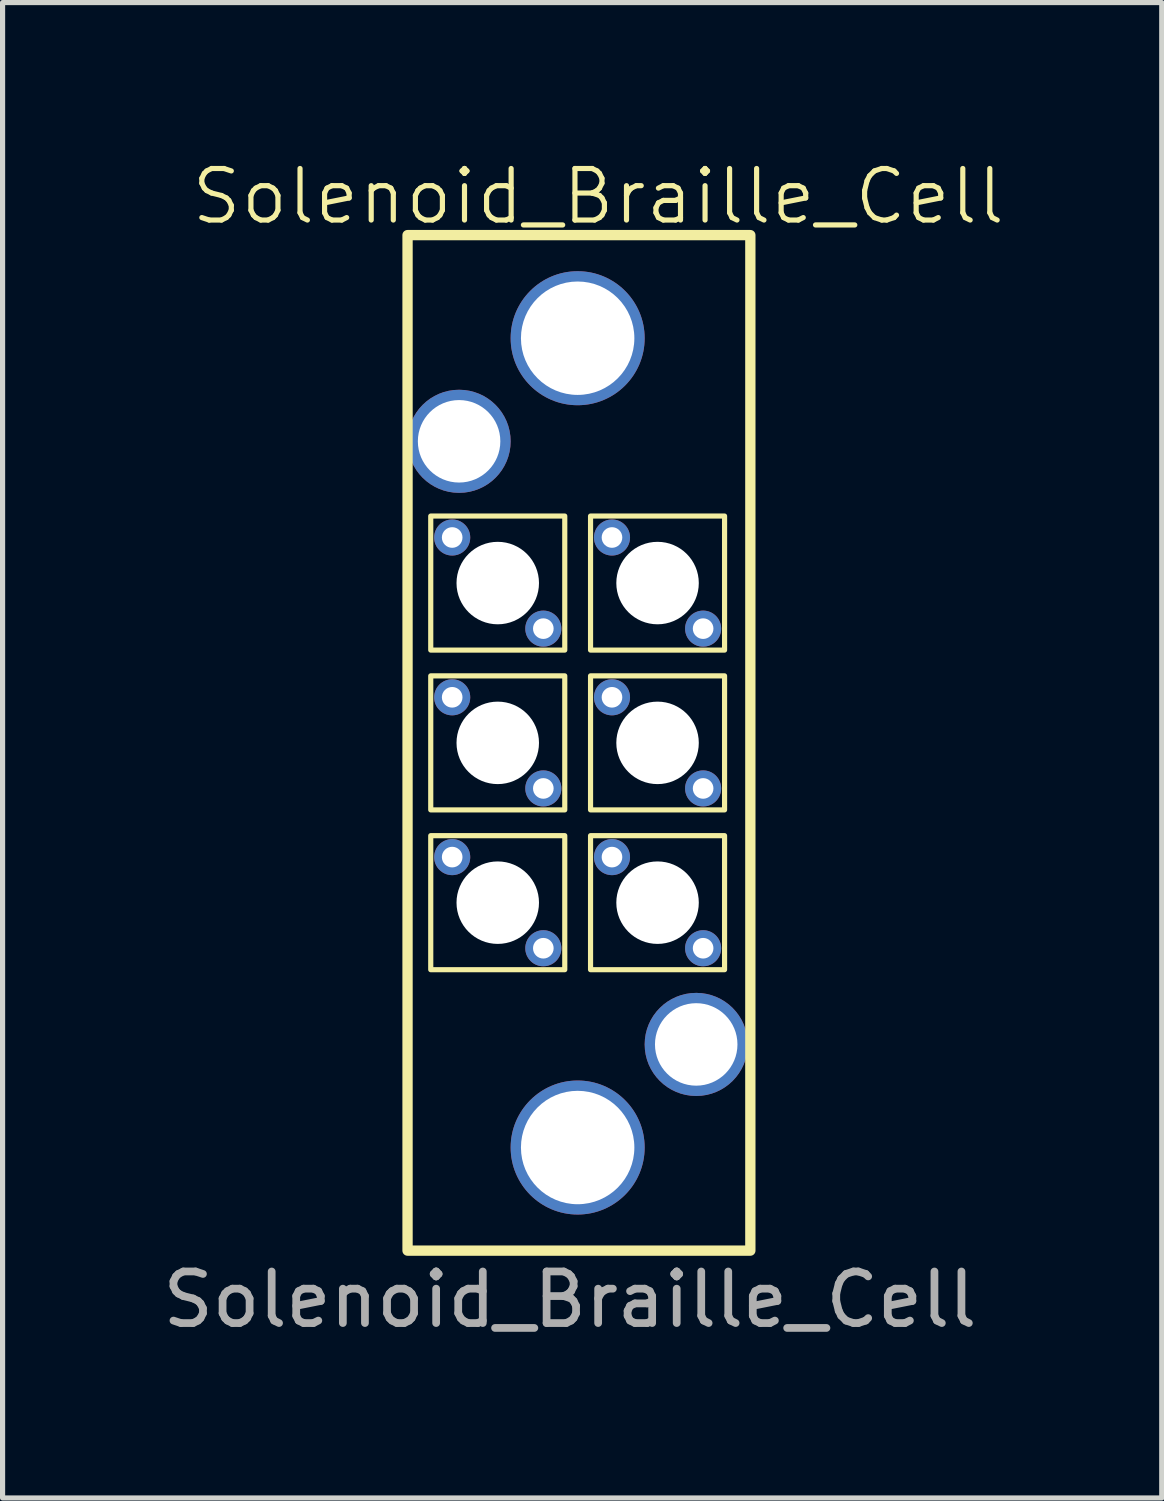
<source format=kicad_pcb>
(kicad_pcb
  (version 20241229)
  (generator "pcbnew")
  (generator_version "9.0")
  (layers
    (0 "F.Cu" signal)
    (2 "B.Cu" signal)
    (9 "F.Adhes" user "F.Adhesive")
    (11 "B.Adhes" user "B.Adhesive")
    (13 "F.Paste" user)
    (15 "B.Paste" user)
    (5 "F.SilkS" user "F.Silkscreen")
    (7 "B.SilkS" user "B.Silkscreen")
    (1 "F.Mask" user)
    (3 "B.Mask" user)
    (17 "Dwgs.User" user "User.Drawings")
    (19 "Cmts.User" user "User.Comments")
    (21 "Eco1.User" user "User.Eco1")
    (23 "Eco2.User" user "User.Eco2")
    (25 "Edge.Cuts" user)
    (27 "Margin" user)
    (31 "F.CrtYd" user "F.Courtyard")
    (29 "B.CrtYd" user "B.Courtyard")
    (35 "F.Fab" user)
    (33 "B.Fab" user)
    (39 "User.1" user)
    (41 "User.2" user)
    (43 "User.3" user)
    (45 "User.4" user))
  (footprint "Solenoid_Braille_Cell"
    (layer "F.Cu")
    (at 8.156 11.361)
    (property "Reference" "Solenoid_Braille_Cell" (at 0.4 -10.6 0) (unlocked yes) (layer "F.SilkS") (effects (font (size 1 1) (thickness 0.1))))
    (attr through_hole)
    (fp_rect (start -3.3 -9.85) (end 3.35 9.85) (stroke (width 0.2) (type default)) (fill no) (layer "F.SilkS"))
    (fp_rect (start -2.85 -4.4) (end -0.25 -1.8) (stroke (width 0.1) (type default)) (fill no) (layer "F.SilkS"))
    (fp_rect (start -2.85 -1.3) (end -0.25 1.3) (stroke (width 0.1) (type default)) (fill no) (layer "F.SilkS"))
    (fp_rect (start -2.85 1.8) (end -0.25 4.4) (stroke (width 0.1) (type default)) (fill no) (layer "F.SilkS"))
    (fp_rect (start 0.25 -4.4) (end 2.85 -1.8) (stroke (width 0.1) (type default)) (fill no) (layer "F.SilkS"))
    (fp_rect (start 0.25 -1.3) (end 2.85 1.3) (stroke (width 0.1) (type default)) (fill no) (layer "F.SilkS"))
    (fp_rect (start 0.25 1.8) (end 2.85 4.4) (stroke (width 0.1) (type default)) (fill no) (layer "F.SilkS"))
    (fp_line (start -3.3 -9.35) (end -3.3 9.35) (stroke (width 0.05) (type default)) (layer "User.1"))
    (fp_line (start -3.3 9.35) (end -3.287 9.461) (stroke (width 0.05) (type default)) (layer "User.1"))
    (fp_line (start -3.287 -9.461) (end -3.3 -9.35) (stroke (width 0.05) (type default)) (layer "User.1"))
    (fp_line (start -3.287 9.461) (end -3.25 9.567) (stroke (width 0.05) (type default)) (layer "User.1"))
    (fp_line (start -3.25 -9.567) (end -3.287 -9.461) (stroke (width 0.05) (type default)) (layer "User.1"))
    (fp_line (start -3.25 9.567) (end -3.191 9.662) (stroke (width 0.05) (type default)) (layer "User.1"))
    (fp_line (start -3.191 -9.662) (end -3.25 -9.567) (stroke (width 0.05) (type default)) (layer "User.1"))
    (fp_line (start -3.191 9.662) (end -3.112 9.741) (stroke (width 0.05) (type default)) (layer "User.1"))
    (fp_line (start -3.112 -9.741) (end -3.191 -9.662) (stroke (width 0.05) (type default)) (layer "User.1"))
    (fp_line (start -3.112 9.741) (end -3.017 9.8) (stroke (width 0.05) (type default)) (layer "User.1"))
    (fp_line (start -3.05 -5.85) (end -3.036 -5.996) (stroke (width 0.05) (type default)) (layer "User.1"))
    (fp_line (start -3.036 -5.996) (end -2.993 -6.137) (stroke (width 0.05) (type default)) (layer "User.1"))
    (fp_line (start -3.036 -5.704) (end -3.05 -5.85) (stroke (width 0.05) (type default)) (layer "User.1"))
    (fp_line (start -3.017 -9.8) (end -3.112 -9.741) (stroke (width 0.05) (type default)) (layer "User.1"))
    (fp_line (start -3.017 9.8) (end -2.911 9.837) (stroke (width 0.05) (type default)) (layer "User.1"))
    (fp_line (start -2.993 -6.137) (end -2.924 -6.267) (stroke (width 0.05) (type default)) (layer "User.1"))
    (fp_line (start -2.993 -5.563) (end -3.036 -5.704) (stroke (width 0.05) (type default)) (layer "User.1"))
    (fp_line (start -2.924 -6.267) (end -2.83 -6.38) (stroke (width 0.05) (type default)) (layer "User.1"))
    (fp_line (start -2.924 -5.433) (end -2.993 -5.563) (stroke (width 0.05) (type default)) (layer "User.1"))
    (fp_line (start -2.911 -9.837) (end -3.017 -9.8) (stroke (width 0.05) (type default)) (layer "User.1"))
    (fp_line (start -2.911 9.837) (end -2.8 9.85) (stroke (width 0.05) (type default)) (layer "User.1"))
    (fp_line (start -2.85 -4.4) (end -0.25 -4.4) (stroke (width 0.05) (type default)) (layer "User.1"))
    (fp_line (start -2.85 -1.8) (end -2.85 -4.4) (stroke (width 0.05) (type default)) (layer "User.1"))
    (fp_line (start -2.85 -1.3) (end -0.25 -1.3) (stroke (width 0.05) (type default)) (layer "User.1"))
    (fp_line (start -2.85 1.3) (end -2.85 -1.3) (stroke (width 0.05) (type default)) (layer "User.1"))
    (fp_line (start -2.85 1.8) (end -0.25 1.8) (stroke (width 0.05) (type default)) (layer "User.1"))
    (fp_line (start -2.85 4.4) (end -2.85 1.8) (stroke (width 0.05) (type default)) (layer "User.1"))
    (fp_line (start -2.83 -6.38) (end -2.717 -6.474) (stroke (width 0.05) (type default)) (layer "User.1"))
    (fp_line (start -2.83 -5.32) (end -2.924 -5.433) (stroke (width 0.05) (type default)) (layer "User.1"))
    (fp_line (start -2.8 -9.85) (end -2.911 -9.837) (stroke (width 0.05) (type default)) (layer "User.1"))
    (fp_line (start -2.8 9.85) (end 2.8 9.85) (stroke (width 0.05) (type default)) (layer "User.1"))
    (fp_line (start -2.717 -6.474) (end -2.587 -6.543) (stroke (width 0.05) (type default)) (layer "User.1"))
    (fp_line (start -2.717 -5.226) (end -2.83 -5.32) (stroke (width 0.05) (type default)) (layer "User.1"))
    (fp_line (start -2.7 -9.25) (end -0.665 -9.25) (stroke (width 0.05) (type default)) (layer "User.1"))
    (fp_line (start -2.7 -7.034) (end -2.7 -9.25) (stroke (width 0.05) (type default)) (layer "User.1"))
    (fp_line (start -2.7 5) (end 1.383 5) (stroke (width 0.05) (type default)) (layer "User.1"))
    (fp_line (start -2.7 9.25) (end -2.7 5) (stroke (width 0.05) (type default)) (layer "User.1"))
    (fp_line (start -2.587 -6.543) (end -2.446 -6.586) (stroke (width 0.05) (type default)) (layer "User.1"))
    (fp_line (start -2.587 -5.157) (end -2.717 -5.226) (stroke (width 0.05) (type default)) (layer "User.1"))
    (fp_line (start -2.54 -7.075) (end -2.7 -7.034) (stroke (width 0.05) (type default)) (layer "User.1"))
    (fp_line (start -2.52 -7.08) (end -2.54 -7.075) (stroke (width 0.05) (type default)) (layer "User.1"))
    (fp_line (start -2.446 -6.586) (end -2.3 -6.6) (stroke (width 0.05) (type default)) (layer "User.1"))
    (fp_line (start -2.446 -5.114) (end -2.587 -5.157) (stroke (width 0.05) (type default)) (layer "User.1"))
    (fp_line (start -2.374 -7.096) (end -2.52 -7.08) (stroke (width 0.05) (type default)) (layer "User.1"))
    (fp_line (start -2.336 -7.099) (end -2.374 -7.096) (stroke (width 0.05) (type default)) (layer "User.1"))
    (fp_line (start -2.3 -6.6) (end -2.154 -6.586) (stroke (width 0.05) (type default)) (layer "User.1"))
    (fp_line (start -2.3 -5.1) (end -2.446 -5.114) (stroke (width 0.05) (type default)) (layer "User.1"))
    (fp_line (start -2.189 -7.093) (end -2.336 -7.099) (stroke (width 0.05) (type default)) (layer "User.1"))
    (fp_line (start -2.154 -6.586) (end -2.013 -6.543) (stroke (width 0.05) (type default)) (layer "User.1"))
    (fp_line (start -2.154 -5.114) (end -2.3 -5.1) (stroke (width 0.05) (type default)) (layer "User.1"))
    (fp_line (start -2.15 -7.091) (end -2.189 -7.093) (stroke (width 0.05) (type default)) (layer "User.1"))
    (fp_line (start -2.013 -6.543) (end -1.883 -6.474) (stroke (width 0.05) (type default)) (layer "User.1"))
    (fp_line (start -2.013 -5.157) (end -2.154 -5.114) (stroke (width 0.05) (type default)) (layer "User.1"))
    (fp_line (start -2.006 -7.063) (end -2.15 -7.091) (stroke (width 0.05) (type default)) (layer "User.1"))
    (fp_line (start -1.968 -7.055) (end -2.006 -7.063) (stroke (width 0.05) (type default)) (layer "User.1"))
    (fp_line (start -1.883 -6.474) (end -1.77 -6.38) (stroke (width 0.05) (type default)) (layer "User.1"))
    (fp_line (start -1.883 -5.226) (end -2.013 -5.157) (stroke (width 0.05) (type default)) (layer "User.1"))
    (fp_line (start -1.829 -7.007) (end -1.968 -7.055) (stroke (width 0.05) (type default)) (layer "User.1"))
    (fp_line (start -1.793 -6.992) (end -1.829 -7.007) (stroke (width 0.05) (type default)) (layer "User.1"))
    (fp_line (start -1.77 -6.38) (end -1.676 -6.267) (stroke (width 0.05) (type default)) (layer "User.1"))
    (fp_line (start -1.77 -5.32) (end -1.883 -5.226) (stroke (width 0.05) (type default)) (layer "User.1"))
    (fp_line (start -1.676 -6.267) (end -1.607 -6.137) (stroke (width 0.05) (type default)) (layer "User.1"))
    (fp_line (start -1.676 -5.433) (end -1.77 -5.32) (stroke (width 0.05) (type default)) (layer "User.1"))
    (fp_line (start -1.663 -6.924) (end -1.793 -6.992) (stroke (width 0.05) (type default)) (layer "User.1"))
    (fp_line (start -1.63 -6.905) (end -1.663 -6.924) (stroke (width 0.05) (type default)) (layer "User.1"))
    (fp_line (start -1.607 -6.137) (end -1.564 -5.996) (stroke (width 0.05) (type default)) (layer "User.1"))
    (fp_line (start -1.607 -5.563) (end -1.676 -5.433) (stroke (width 0.05) (type default)) (layer "User.1"))
    (fp_line (start -1.564 -5.996) (end -1.55 -5.85) (stroke (width 0.05) (type default)) (layer "User.1"))
    (fp_line (start -1.564 -5.704) (end -1.607 -5.563) (stroke (width 0.05) (type default)) (layer "User.1"))
    (fp_line (start -1.55 -5.85) (end -1.564 -5.704) (stroke (width 0.05) (type default)) (layer "User.1"))
    (fp_line (start -1.55 -7.882) (end -1.539 -7.668) (stroke (width 0.05) (type default)) (layer "User.1"))
    (fp_line (start -1.55 7.882) (end -1.531 8.095) (stroke (width 0.05) (type default)) (layer "User.1"))
    (fp_line (start -1.539 -7.668) (end -1.499 -7.457) (stroke (width 0.05) (type default)) (layer "User.1"))
    (fp_line (start -1.539 7.668) (end -1.55 7.882) (stroke (width 0.05) (type default)) (layer "User.1"))
    (fp_line (start -1.531 -8.095) (end -1.55 -7.882) (stroke (width 0.05) (type default)) (layer "User.1"))
    (fp_line (start -1.531 8.095) (end -1.482 8.304) (stroke (width 0.05) (type default)) (layer "User.1"))
    (fp_line (start -1.511 -6.818) (end -1.63 -6.905) (stroke (width 0.05) (type default)) (layer "User.1"))
    (fp_line (start -1.499 -7.457) (end -1.431 -7.254) (stroke (width 0.05) (type default)) (layer "User.1"))
    (fp_line (start -1.499 7.457) (end -1.539 7.668) (stroke (width 0.05) (type default)) (layer "User.1"))
    (fp_line (start -1.482 -8.304) (end -1.531 -8.095) (stroke (width 0.05) (type default)) (layer "User.1"))
    (fp_line (start -1.482 8.304) (end -1.405 8.504) (stroke (width 0.05) (type default)) (layer "User.1"))
    (fp_line (start -1.481 -6.794) (end -1.511 -6.818) (stroke (width 0.05) (type default)) (layer "User.1"))
    (fp_line (start -1.431 -7.254) (end -1.335 -7.062) (stroke (width 0.05) (type default)) (layer "User.1"))
    (fp_line (start -1.431 7.254) (end -1.499 7.457) (stroke (width 0.05) (type default)) (layer "User.1"))
    (fp_line (start -1.405 -8.504) (end -1.482 -8.304) (stroke (width 0.05) (type default)) (layer "User.1"))
    (fp_line (start -1.405 8.504) (end -1.302 8.691) (stroke (width 0.05) (type default)) (layer "User.1"))
    (fp_line (start -1.383 -5) (end -1.372 -5.014) (stroke (width 0.05) (type default)) (layer "User.1"))
    (fp_line (start -1.376 -6.691) (end -1.481 -6.794) (stroke (width 0.05) (type default)) (layer "User.1"))
    (fp_line (start -1.372 -5.014) (end -1.359 -5.03) (stroke (width 0.05) (type default)) (layer "User.1"))
    (fp_line (start -1.359 -5.03) (end -1.268 -5.145) (stroke (width 0.05) (type default)) (layer "User.1"))
    (fp_line (start -1.35 -6.662) (end -1.376 -6.691) (stroke (width 0.05) (type default)) (layer "User.1"))
    (fp_line (start -1.335 -7.062) (end -1.214 -6.886) (stroke (width 0.05) (type default)) (layer "User.1"))
    (fp_line (start -1.335 7.062) (end -1.431 7.254) (stroke (width 0.05) (type default)) (layer "User.1"))
    (fp_line (start -1.302 -8.691) (end -1.405 -8.504) (stroke (width 0.05) (type default)) (layer "User.1"))
    (fp_line (start -1.302 8.691) (end -1.173 8.863) (stroke (width 0.05) (type default)) (layer "User.1"))
    (fp_line (start -1.268 -5.145) (end -1.194 -5.272) (stroke (width 0.05) (type default)) (layer "User.1"))
    (fp_line (start -1.262 -6.545) (end -1.35 -6.662) (stroke (width 0.05) (type default)) (layer "User.1"))
    (fp_line (start -1.241 -6.512) (end -1.262 -6.545) (stroke (width 0.05) (type default)) (layer "User.1"))
    (fp_line (start -1.214 -6.886) (end -1.069 -6.728) (stroke (width 0.05) (type default)) (layer "User.1"))
    (fp_line (start -1.214 6.886) (end -1.335 7.062) (stroke (width 0.05) (type default)) (layer "User.1"))
    (fp_line (start -1.194 -5.272) (end -1.175 -5.306) (stroke (width 0.05) (type default)) (layer "User.1"))
    (fp_line (start -1.175 -5.306) (end -1.12 -5.442) (stroke (width 0.05) (type default)) (layer "User.1"))
    (fp_line (start -1.173 -8.863) (end -1.302 -8.691) (stroke (width 0.05) (type default)) (layer "User.1"))
    (fp_line (start -1.173 8.863) (end -1.022 9.015) (stroke (width 0.05) (type default)) (layer "User.1"))
    (fp_line (start -1.17 -6.384) (end -1.241 -6.512) (stroke (width 0.05) (type default)) (layer "User.1"))
    (fp_line (start -1.154 -6.348) (end -1.17 -6.384) (stroke (width 0.05) (type default)) (layer "User.1"))
    (fp_line (start -1.12 -5.442) (end -1.107 -5.478) (stroke (width 0.05) (type default)) (layer "User.1"))
    (fp_line (start -1.107 -5.478) (end -1.073 -5.621) (stroke (width 0.05) (type default)) (layer "User.1"))
    (fp_line (start -1.103 -6.211) (end -1.154 -6.348) (stroke (width 0.05) (type default)) (layer "User.1"))
    (fp_line (start -1.093 -6.173) (end -1.103 -6.211) (stroke (width 0.05) (type default)) (layer "User.1"))
    (fp_line (start -1.073 -5.621) (end -1.065 -5.659) (stroke (width 0.05) (type default)) (layer "User.1"))
    (fp_line (start -1.069 -6.728) (end -0.904 -6.591) (stroke (width 0.05) (type default)) (layer "User.1"))
    (fp_line (start -1.069 6.728) (end -1.214 6.886) (stroke (width 0.05) (type default)) (layer "User.1"))
    (fp_line (start -1.065 -5.659) (end -1.052 -5.805) (stroke (width 0.05) (type default)) (layer "User.1"))
    (fp_line (start -1.063 -6.029) (end -1.093 -6.173) (stroke (width 0.05) (type default)) (layer "User.1"))
    (fp_line (start -1.059 -5.991) (end -1.063 -6.029) (stroke (width 0.05) (type default)) (layer "User.1"))
    (fp_line (start -1.052 -5.805) (end -1.05 -5.844) (stroke (width 0.05) (type default)) (layer "User.1"))
    (fp_line (start -1.05 -5.844) (end -1.059 -5.991) (stroke (width 0.05) (type default)) (layer "User.1"))
    (fp_line (start -1.047 -7.93) (end -1.043 -7.958) (stroke (width 0.05) (type default)) (layer "User.1"))
    (fp_line (start -1.047 -7.784) (end -1.047 -7.93) (stroke (width 0.05) (type default)) (layer "User.1"))
    (fp_line (start -1.047 7.77) (end -1.043 7.742) (stroke (width 0.05) (type default)) (layer "User.1"))
    (fp_line (start -1.047 7.916) (end -1.047 7.77) (stroke (width 0.05) (type default)) (layer "User.1"))
    (fp_line (start -1.046 -7.756) (end -1.047 -7.784) (stroke (width 0.05) (type default)) (layer "User.1"))
    (fp_line (start -1.046 7.944) (end -1.047 7.916) (stroke (width 0.05) (type default)) (layer "User.1"))
    (fp_line (start -1.043 -7.958) (end -1.019 -8.102) (stroke (width 0.05) (type default)) (layer "User.1"))
    (fp_line (start -1.043 7.742) (end -1.019 7.598) (stroke (width 0.05) (type default)) (layer "User.1"))
    (fp_line (start -1.022 -9.015) (end -1.173 -8.863) (stroke (width 0.05) (type default)) (layer "User.1"))
    (fp_line (start -1.022 9.015) (end -0.852 9.145) (stroke (width 0.05) (type default)) (layer "User.1"))
    (fp_line (start -1.022 -7.612) (end -1.046 -7.756) (stroke (width 0.05) (type default)) (layer "User.1"))
    (fp_line (start -1.022 8.088) (end -1.046 7.944) (stroke (width 0.05) (type default)) (layer "User.1"))
    (fp_line (start -1.019 -8.102) (end -1.011 -8.129) (stroke (width 0.05) (type default)) (layer "User.1"))
    (fp_line (start -1.019 7.598) (end -1.011 7.571) (stroke (width 0.05) (type default)) (layer "User.1"))
    (fp_line (start -1.016 -7.584) (end -1.022 -7.612) (stroke (width 0.05) (type default)) (layer "User.1"))
    (fp_line (start -1.016 8.116) (end -1.022 8.088) (stroke (width 0.05) (type default)) (layer "User.1"))
    (fp_line (start -1.011 -8.129) (end -0.964 -8.267) (stroke (width 0.05) (type default)) (layer "User.1"))
    (fp_line (start -1.011 7.571) (end -0.964 7.433) (stroke (width 0.05) (type default)) (layer "User.1"))
    (fp_line (start -0.968 -7.446) (end -1.016 -7.584) (stroke (width 0.05) (type default)) (layer "User.1"))
    (fp_line (start -0.968 8.254) (end -1.016 8.116) (stroke (width 0.05) (type default)) (layer "User.1"))
    (fp_line (start -0.964 -8.267) (end -0.951 -8.292) (stroke (width 0.05) (type default)) (layer "User.1"))
    (fp_line (start -0.964 7.433) (end -0.951 7.408) (stroke (width 0.05) (type default)) (layer "User.1"))
    (fp_line (start -0.958 -7.42) (end -0.968 -7.446) (stroke (width 0.05) (type default)) (layer "User.1"))
    (fp_line (start -0.958 8.28) (end -0.968 8.254) (stroke (width 0.05) (type default)) (layer "User.1"))
    (fp_line (start -0.951 -8.292) (end -0.881 -8.421) (stroke (width 0.05) (type default)) (layer "User.1"))
    (fp_line (start -0.951 7.408) (end -0.881 7.279) (stroke (width 0.05) (type default)) (layer "User.1"))
    (fp_line (start -0.904 -6.591) (end -0.722 -6.478) (stroke (width 0.05) (type default)) (layer "User.1"))
    (fp_line (start -0.904 6.591) (end -1.069 6.728) (stroke (width 0.05) (type default)) (layer "User.1"))
    (fp_line (start -0.888 -7.292) (end -0.958 -7.42) (stroke (width 0.05) (type default)) (layer "User.1"))
    (fp_line (start -0.888 8.408) (end -0.958 8.28) (stroke (width 0.05) (type default)) (layer "User.1"))
    (fp_line (start -0.881 -8.421) (end -0.865 -8.443) (stroke (width 0.05) (type default)) (layer "User.1"))
    (fp_line (start -0.881 7.279) (end -0.865 7.257) (stroke (width 0.05) (type default)) (layer "User.1"))
    (fp_line (start -0.874 -7.268) (end -0.888 -7.292) (stroke (width 0.05) (type default)) (layer "User.1"))
    (fp_line (start -0.874 8.432) (end -0.888 8.408) (stroke (width 0.05) (type default)) (layer "User.1"))
    (fp_line (start -0.865 -8.443) (end -0.775 -8.558) (stroke (width 0.05) (type default)) (layer "User.1"))
    (fp_line (start -0.865 7.257) (end -0.775 7.142) (stroke (width 0.05) (type default)) (layer "User.1"))
    (fp_line (start -0.852 -9.145) (end -1.022 -9.015) (stroke (width 0.05) (type default)) (layer "User.1"))
    (fp_line (start -0.852 9.145) (end -0.665 9.25) (stroke (width 0.05) (type default)) (layer "User.1"))
    (fp_line (start -0.784 -7.153) (end -0.874 -7.268) (stroke (width 0.05) (type default)) (layer "User.1"))
    (fp_line (start -0.784 8.547) (end -0.874 8.432) (stroke (width 0.05) (type default)) (layer "User.1"))
    (fp_line (start -0.775 -8.558) (end -0.755 -8.578) (stroke (width 0.05) (type default)) (layer "User.1"))
    (fp_line (start -0.775 7.142) (end -0.755 7.122) (stroke (width 0.05) (type default)) (layer "User.1"))
    (fp_line (start -0.765 -7.131) (end -0.784 -7.153) (stroke (width 0.05) (type default)) (layer "User.1"))
    (fp_line (start -0.765 8.569) (end -0.784 8.547) (stroke (width 0.05) (type default)) (layer "User.1"))
    (fp_line (start -0.755 -8.578) (end -0.647 -8.677) (stroke (width 0.05) (type default)) (layer "User.1"))
    (fp_line (start -0.755 7.122) (end -0.647 7.023) (stroke (width 0.05) (type default)) (layer "User.1"))
    (fp_line (start -0.722 -6.478) (end -0.526 -6.392) (stroke (width 0.05) (type default)) (layer "User.1"))
    (fp_line (start -0.722 6.478) (end -0.904 6.591) (stroke (width 0.05) (type default)) (layer "User.1"))
    (fp_line (start -0.665 -9.25) (end -0.852 -9.145) (stroke (width 0.05) (type default)) (layer "User.1"))
    (fp_line (start -0.665 9.25) (end -2.7 9.25) (stroke (width 0.05) (type default)) (layer "User.1"))
    (fp_line (start -0.658 -7.033) (end -0.765 -7.131) (stroke (width 0.05) (type default)) (layer "User.1"))
    (fp_line (start -0.658 8.667) (end -0.765 8.569) (stroke (width 0.05) (type default)) (layer "User.1"))
    (fp_line (start -0.647 -8.677) (end -0.624 -8.693) (stroke (width 0.05) (type default)) (layer "User.1"))
    (fp_line (start -0.647 7.023) (end -0.624 7.008) (stroke (width 0.05) (type default)) (layer "User.1"))
    (fp_line (start -0.636 -7.015) (end -0.658 -7.033) (stroke (width 0.05) (type default)) (layer "User.1"))
    (fp_line (start -0.636 8.685) (end -0.658 8.667) (stroke (width 0.05) (type default)) (layer "User.1"))
    (fp_line (start -0.624 -8.693) (end -0.502 -8.772) (stroke (width 0.05) (type default)) (layer "User.1"))
    (fp_line (start -0.624 7.008) (end -0.502 6.928) (stroke (width 0.05) (type default)) (layer "User.1"))
    (fp_line (start -0.526 -6.392) (end -0.319 -6.333) (stroke (width 0.05) (type default)) (layer "User.1"))
    (fp_line (start -0.526 6.392) (end -0.722 6.478) (stroke (width 0.05) (type default)) (layer "User.1"))
    (fp_line (start -0.514 -6.935) (end -0.636 -7.015) (stroke (width 0.05) (type default)) (layer "User.1"))
    (fp_line (start -0.514 8.765) (end -0.636 8.685) (stroke (width 0.05) (type default)) (layer "User.1"))
    (fp_line (start -0.502 -8.772) (end -0.476 -8.784) (stroke (width 0.05) (type default)) (layer "User.1"))
    (fp_line (start -0.502 6.928) (end -0.476 6.916) (stroke (width 0.05) (type default)) (layer "User.1"))
    (fp_line (start -0.489 -6.921) (end -0.514 -6.935) (stroke (width 0.05) (type default)) (layer "User.1"))
    (fp_line (start -0.489 8.779) (end -0.514 8.765) (stroke (width 0.05) (type default)) (layer "User.1"))
    (fp_line (start -0.476 -8.784) (end -0.342 -8.843) (stroke (width 0.05) (type default)) (layer "User.1"))
    (fp_line (start -0.476 6.916) (end -0.342 6.857) (stroke (width 0.05) (type default)) (layer "User.1"))
    (fp_line (start -0.355 -6.863) (end -0.489 -6.921) (stroke (width 0.05) (type default)) (layer "User.1"))
    (fp_line (start -0.355 8.837) (end -0.489 8.779) (stroke (width 0.05) (type default)) (layer "User.1"))
    (fp_line (start -0.342 -8.843) (end -0.315 -8.85) (stroke (width 0.05) (type default)) (layer "User.1"))
    (fp_line (start -0.342 6.857) (end -0.315 6.85) (stroke (width 0.05) (type default)) (layer "User.1"))
    (fp_line (start -0.329 -6.853) (end -0.355 -6.863) (stroke (width 0.05) (type default)) (layer "User.1"))
    (fp_line (start -0.329 8.847) (end -0.355 8.837) (stroke (width 0.05) (type default)) (layer "User.1"))
    (fp_line (start -0.319 -6.333) (end -0.107 -6.304) (stroke (width 0.05) (type default)) (layer "User.1"))
    (fp_line (start -0.319 6.333) (end -0.526 6.392) (stroke (width 0.05) (type default)) (layer "User.1"))
    (fp_line (start -0.315 -8.85) (end -0.174 -8.886) (stroke (width 0.05) (type default)) (layer "User.1"))
    (fp_line (start -0.315 6.85) (end -0.174 6.814) (stroke (width 0.05) (type default)) (layer "User.1"))
    (fp_line (start -0.25 -4.4) (end -0.25 -1.8) (stroke (width 0.05) (type default)) (layer "User.1"))
    (fp_line (start -0.25 -1.8) (end -2.85 -1.8) (stroke (width 0.05) (type default)) (layer "User.1"))
    (fp_line (start -0.25 -1.3) (end -0.25 1.3) (stroke (width 0.05) (type default)) (layer "User.1"))
    (fp_line (start -0.25 1.3) (end -2.85 1.3) (stroke (width 0.05) (type default)) (layer "User.1"))
    (fp_line (start -0.25 1.8) (end -0.25 4.4) (stroke (width 0.05) (type default)) (layer "User.1"))
    (fp_line (start -0.25 4.4) (end -2.85 4.4) (stroke (width 0.05) (type default)) (layer "User.1"))
    (fp_line (start -0.187 -6.817) (end -0.329 -6.853) (stroke (width 0.05) (type default)) (layer "User.1"))
    (fp_line (start -0.187 8.883) (end -0.329 8.847) (stroke (width 0.05) (type default)) (layer "User.1"))
    (fp_line (start -0.174 -8.886) (end -0.146 -8.888) (stroke (width 0.05) (type default)) (layer "User.1"))
    (fp_line (start -0.174 6.814) (end -0.146 6.812) (stroke (width 0.05) (type default)) (layer "User.1"))
    (fp_line (start -0.16 -6.813) (end -0.187 -6.817) (stroke (width 0.05) (type default)) (layer "User.1"))
    (fp_line (start -0.16 8.887) (end -0.187 8.883) (stroke (width 0.05) (type default)) (layer "User.1"))
    (fp_line (start -0.146 -8.888) (end 0 -8.9) (stroke (width 0.05) (type default)) (layer "User.1"))
    (fp_line (start -0.146 6.812) (end 0 6.8) (stroke (width 0.05) (type default)) (layer "User.1"))
    (fp_line (start -0.107 -6.304) (end 0.107 -6.304) (stroke (width 0.05) (type default)) (layer "User.1"))
    (fp_line (start -0.107 6.304) (end -0.319 6.333) (stroke (width 0.05) (type default)) (layer "User.1"))
    (fp_line (start -0.014 -6.801) (end -0.16 -6.813) (stroke (width 0.05) (type default)) (layer "User.1"))
    (fp_line (start -0.014 8.899) (end -0.16 8.887) (stroke (width 0.05) (type default)) (layer "User.1"))
    (fp_line (start 0 -8.9) (end 0.146 -8.888) (stroke (width 0.05) (type default)) (layer "User.1"))
    (fp_line (start 0 6.8) (end 0.146 6.812) (stroke (width 0.05) (type default)) (layer "User.1"))
    (fp_line (start 0.014 -6.801) (end -0.014 -6.801) (stroke (width 0.05) (type default)) (layer "User.1"))
    (fp_line (start 0.014 8.899) (end -0.014 8.899) (stroke (width 0.05) (type default)) (layer "User.1"))
    (fp_line (start 0.107 -6.304) (end 0.319 -6.333) (stroke (width 0.05) (type default)) (layer "User.1"))
    (fp_line (start 0.107 6.304) (end -0.107 6.304) (stroke (width 0.05) (type default)) (layer "User.1"))
    (fp_line (start 0.146 -8.888) (end 0.174 -8.886) (stroke (width 0.05) (type default)) (layer "User.1"))
    (fp_line (start 0.146 6.812) (end 0.174 6.814) (stroke (width 0.05) (type default)) (layer "User.1"))
    (fp_line (start 0.16 -6.813) (end 0.014 -6.801) (stroke (width 0.05) (type default)) (layer "User.1"))
    (fp_line (start 0.16 8.887) (end 0.014 8.899) (stroke (width 0.05) (type default)) (layer "User.1"))
    (fp_line (start 0.174 -8.886) (end 0.315 -8.85) (stroke (width 0.05) (type default)) (layer "User.1"))
    (fp_line (start 0.174 6.814) (end 0.315 6.85) (stroke (width 0.05) (type default)) (layer "User.1"))
    (fp_line (start 0.187 -6.817) (end 0.16 -6.813) (stroke (width 0.05) (type default)) (layer "User.1"))
    (fp_line (start 0.187 8.883) (end 0.16 8.887) (stroke (width 0.05) (type default)) (layer "User.1"))
    (fp_line (start 0.25 -4.4) (end 2.85 -4.4) (stroke (width 0.05) (type default)) (layer "User.1"))
    (fp_line (start 0.25 -1.8) (end 0.25 -4.4) (stroke (width 0.05) (type default)) (layer "User.1"))
    (fp_line (start 0.25 -1.3) (end 2.85 -1.3) (stroke (width 0.05) (type default)) (layer "User.1"))
    (fp_line (start 0.25 1.3) (end 0.25 -1.3) (stroke (width 0.05) (type default)) (layer "User.1"))
    (fp_line (start 0.25 1.8) (end 2.85 1.8) (stroke (width 0.05) (type default)) (layer "User.1"))
    (fp_line (start 0.25 4.4) (end 0.25 1.8) (stroke (width 0.05) (type default)) (layer "User.1"))
    (fp_line (start 0.315 -8.85) (end 0.342 -8.843) (stroke (width 0.05) (type default)) (layer "User.1"))
    (fp_line (start 0.315 6.85) (end 0.342 6.857) (stroke (width 0.05) (type default)) (layer "User.1"))
    (fp_line (start 0.319 -6.333) (end 0.526 -6.392) (stroke (width 0.05) (type default)) (layer "User.1"))
    (fp_line (start 0.319 6.333) (end 0.107 6.304) (stroke (width 0.05) (type default)) (layer "User.1"))
    (fp_line (start 0.329 -6.853) (end 0.187 -6.817) (stroke (width 0.05) (type default)) (layer "User.1"))
    (fp_line (start 0.329 8.847) (end 0.187 8.883) (stroke (width 0.05) (type default)) (layer "User.1"))
    (fp_line (start 0.342 -8.843) (end 0.476 -8.784) (stroke (width 0.05) (type default)) (layer "User.1"))
    (fp_line (start 0.342 6.857) (end 0.476 6.916) (stroke (width 0.05) (type default)) (layer "User.1"))
    (fp_line (start 0.355 -6.863) (end 0.329 -6.853) (stroke (width 0.05) (type default)) (layer "User.1"))
    (fp_line (start 0.355 8.837) (end 0.329 8.847) (stroke (width 0.05) (type default)) (layer "User.1"))
    (fp_line (start 0.476 -8.784) (end 0.502 -8.772) (stroke (width 0.05) (type default)) (layer "User.1"))
    (fp_line (start 0.476 6.916) (end 0.502 6.928) (stroke (width 0.05) (type default)) (layer "User.1"))
    (fp_line (start 0.489 -6.921) (end 0.355 -6.863) (stroke (width 0.05) (type default)) (layer "User.1"))
    (fp_line (start 0.489 8.779) (end 0.355 8.837) (stroke (width 0.05) (type default)) (layer "User.1"))
    (fp_line (start 0.502 -8.772) (end 0.624 -8.693) (stroke (width 0.05) (type default)) (layer "User.1"))
    (fp_line (start 0.502 6.928) (end 0.624 7.008) (stroke (width 0.05) (type default)) (layer "User.1"))
    (fp_line (start 0.514 -6.935) (end 0.489 -6.921) (stroke (width 0.05) (type default)) (layer "User.1"))
    (fp_line (start 0.514 8.765) (end 0.489 8.779) (stroke (width 0.05) (type default)) (layer "User.1"))
    (fp_line (start 0.526 -6.392) (end 0.722 -6.478) (stroke (width 0.05) (type default)) (layer "User.1"))
    (fp_line (start 0.526 6.392) (end 0.319 6.333) (stroke (width 0.05) (type default)) (layer "User.1"))
    (fp_line (start 0.624 -8.693) (end 0.647 -8.677) (stroke (width 0.05) (type default)) (layer "User.1"))
    (fp_line (start 0.624 7.008) (end 0.647 7.023) (stroke (width 0.05) (type default)) (layer "User.1"))
    (fp_line (start 0.636 -7.015) (end 0.514 -6.935) (stroke (width 0.05) (type default)) (layer "User.1"))
    (fp_line (start 0.636 8.685) (end 0.514 8.765) (stroke (width 0.05) (type default)) (layer "User.1"))
    (fp_line (start 0.647 -8.677) (end 0.755 -8.578) (stroke (width 0.05) (type default)) (layer "User.1"))
    (fp_line (start 0.647 7.023) (end 0.755 7.122) (stroke (width 0.05) (type default)) (layer "User.1"))
    (fp_line (start 0.658 -7.033) (end 0.636 -7.015) (stroke (width 0.05) (type default)) (layer "User.1"))
    (fp_line (start 0.658 8.667) (end 0.636 8.685) (stroke (width 0.05) (type default)) (layer "User.1"))
    (fp_line (start 0.665 -9.25) (end 2.7 -9.25) (stroke (width 0.05) (type default)) (layer "User.1"))
    (fp_line (start 0.665 9.25) (end 0.852 9.145) (stroke (width 0.05) (type default)) (layer "User.1"))
    (fp_line (start 0.722 -6.478) (end 0.904 -6.591) (stroke (width 0.05) (type default)) (layer "User.1"))
    (fp_line (start 0.722 6.478) (end 0.526 6.392) (stroke (width 0.05) (type default)) (layer "User.1"))
    (fp_line (start 0.755 -8.578) (end 0.775 -8.558) (stroke (width 0.05) (type default)) (layer "User.1"))
    (fp_line (start 0.755 7.122) (end 0.775 7.142) (stroke (width 0.05) (type default)) (layer "User.1"))
    (fp_line (start 0.765 -7.131) (end 0.658 -7.033) (stroke (width 0.05) (type default)) (layer "User.1"))
    (fp_line (start 0.765 8.569) (end 0.658 8.667) (stroke (width 0.05) (type default)) (layer "User.1"))
    (fp_line (start 0.775 -8.558) (end 0.865 -8.443) (stroke (width 0.05) (type default)) (layer "User.1"))
    (fp_line (start 0.775 7.142) (end 0.865 7.257) (stroke (width 0.05) (type default)) (layer "User.1"))
    (fp_line (start 0.784 -7.153) (end 0.765 -7.131) (stroke (width 0.05) (type default)) (layer "User.1"))
    (fp_line (start 0.784 8.547) (end 0.765 8.569) (stroke (width 0.05) (type default)) (layer "User.1"))
    (fp_line (start 0.852 -9.145) (end 0.665 -9.25) (stroke (width 0.05) (type default)) (layer "User.1"))
    (fp_line (start 0.852 9.145) (end 1.022 9.015) (stroke (width 0.05) (type default)) (layer "User.1"))
    (fp_line (start 0.865 -8.443) (end 0.881 -8.421) (stroke (width 0.05) (type default)) (layer "User.1"))
    (fp_line (start 0.865 7.257) (end 0.881 7.279) (stroke (width 0.05) (type default)) (layer "User.1"))
    (fp_line (start 0.874 -7.268) (end 0.784 -7.153) (stroke (width 0.05) (type default)) (layer "User.1"))
    (fp_line (start 0.874 8.432) (end 0.784 8.547) (stroke (width 0.05) (type default)) (layer "User.1"))
    (fp_line (start 0.881 -8.421) (end 0.951 -8.292) (stroke (width 0.05) (type default)) (layer "User.1"))
    (fp_line (start 0.881 7.279) (end 0.951 7.408) (stroke (width 0.05) (type default)) (layer "User.1"))
    (fp_line (start 0.888 -7.292) (end 0.874 -7.268) (stroke (width 0.05) (type default)) (layer "User.1"))
    (fp_line (start 0.888 8.408) (end 0.874 8.432) (stroke (width 0.05) (type default)) (layer "User.1"))
    (fp_line (start 0.904 -6.591) (end 1.069 -6.728) (stroke (width 0.05) (type default)) (layer "User.1"))
    (fp_line (start 0.904 6.591) (end 0.722 6.478) (stroke (width 0.05) (type default)) (layer "User.1"))
    (fp_line (start 0.951 -8.292) (end 0.964 -8.267) (stroke (width 0.05) (type default)) (layer "User.1"))
    (fp_line (start 0.951 7.408) (end 0.964 7.433) (stroke (width 0.05) (type default)) (layer "User.1"))
    (fp_line (start 0.958 -7.42) (end 0.888 -7.292) (stroke (width 0.05) (type default)) (layer "User.1"))
    (fp_line (start 0.958 8.28) (end 0.888 8.408) (stroke (width 0.05) (type default)) (layer "User.1"))
    (fp_line (start 0.964 -8.267) (end 1.011 -8.129) (stroke (width 0.05) (type default)) (layer "User.1"))
    (fp_line (start 0.964 7.433) (end 1.011 7.571) (stroke (width 0.05) (type default)) (layer "User.1"))
    (fp_line (start 0.968 -7.446) (end 0.958 -7.42) (stroke (width 0.05) (type default)) (layer "User.1"))
    (fp_line (start 0.968 8.254) (end 0.958 8.28) (stroke (width 0.05) (type default)) (layer "User.1"))
    (fp_line (start 1.011 -8.129) (end 1.019 -8.102) (stroke (width 0.05) (type default)) (layer "User.1"))
    (fp_line (start 1.011 7.571) (end 1.019 7.598) (stroke (width 0.05) (type default)) (layer "User.1"))
    (fp_line (start 1.016 -7.584) (end 0.968 -7.446) (stroke (width 0.05) (type default)) (layer "User.1"))
    (fp_line (start 1.016 8.116) (end 0.968 8.254) (stroke (width 0.05) (type default)) (layer "User.1"))
    (fp_line (start 1.019 -8.102) (end 1.043 -7.958) (stroke (width 0.05) (type default)) (layer "User.1"))
    (fp_line (start 1.019 7.598) (end 1.043 7.742) (stroke (width 0.05) (type default)) (layer "User.1"))
    (fp_line (start 1.022 -7.612) (end 1.016 -7.584) (stroke (width 0.05) (type default)) (layer "User.1"))
    (fp_line (start 1.022 8.088) (end 1.016 8.116) (stroke (width 0.05) (type default)) (layer "User.1"))
    (fp_line (start 1.022 -9.015) (end 0.852 -9.145) (stroke (width 0.05) (type default)) (layer "User.1"))
    (fp_line (start 1.022 9.015) (end 1.173 8.863) (stroke (width 0.05) (type default)) (layer "User.1"))
    (fp_line (start 1.043 -7.958) (end 1.047 -7.93) (stroke (width 0.05) (type default)) (layer "User.1"))
    (fp_line (start 1.043 7.742) (end 1.047 7.77) (stroke (width 0.05) (type default)) (layer "User.1"))
    (fp_line (start 1.046 -7.756) (end 1.022 -7.612) (stroke (width 0.05) (type default)) (layer "User.1"))
    (fp_line (start 1.046 7.944) (end 1.022 8.088) (stroke (width 0.05) (type default)) (layer "User.1"))
    (fp_line (start 1.047 -7.93) (end 1.047 -7.784) (stroke (width 0.05) (type default)) (layer "User.1"))
    (fp_line (start 1.047 -7.784) (end 1.046 -7.756) (stroke (width 0.05) (type default)) (layer "User.1"))
    (fp_line (start 1.047 7.77) (end 1.047 7.916) (stroke (width 0.05) (type default)) (layer "User.1"))
    (fp_line (start 1.047 7.916) (end 1.046 7.944) (stroke (width 0.05) (type default)) (layer "User.1"))
    (fp_line (start 1.05 5.844) (end 1.059 5.991) (stroke (width 0.05) (type default)) (layer "User.1"))
    (fp_line (start 1.052 5.805) (end 1.05 5.844) (stroke (width 0.05) (type default)) (layer "User.1"))
    (fp_line (start 1.059 5.991) (end 1.063 6.029) (stroke (width 0.05) (type default)) (layer "User.1"))
    (fp_line (start 1.063 6.029) (end 1.093 6.173) (stroke (width 0.05) (type default)) (layer "User.1"))
    (fp_line (start 1.065 5.659) (end 1.052 5.805) (stroke (width 0.05) (type default)) (layer "User.1"))
    (fp_line (start 1.069 -6.728) (end 1.214 -6.886) (stroke (width 0.05) (type default)) (layer "User.1"))
    (fp_line (start 1.069 6.728) (end 0.904 6.591) (stroke (width 0.05) (type default)) (layer "User.1"))
    (fp_line (start 1.073 5.621) (end 1.065 5.659) (stroke (width 0.05) (type default)) (layer "User.1"))
    (fp_line (start 1.093 6.173) (end 1.103 6.211) (stroke (width 0.05) (type default)) (layer "User.1"))
    (fp_line (start 1.103 6.211) (end 1.154 6.348) (stroke (width 0.05) (type default)) (layer "User.1"))
    (fp_line (start 1.107 5.478) (end 1.073 5.621) (stroke (width 0.05) (type default)) (layer "User.1"))
    (fp_line (start 1.12 5.442) (end 1.107 5.478) (stroke (width 0.05) (type default)) (layer "User.1"))
    (fp_line (start 1.154 6.348) (end 1.17 6.384) (stroke (width 0.05) (type default)) (layer "User.1"))
    (fp_line (start 1.17 6.384) (end 1.241 6.512) (stroke (width 0.05) (type default)) (layer "User.1"))
    (fp_line (start 1.173 -8.863) (end 1.022 -9.015) (stroke (width 0.05) (type default)) (layer "User.1"))
    (fp_line (start 1.173 8.863) (end 1.302 8.691) (stroke (width 0.05) (type default)) (layer "User.1"))
    (fp_line (start 1.175 5.306) (end 1.12 5.442) (stroke (width 0.05) (type default)) (layer "User.1"))
    (fp_line (start 1.194 5.272) (end 1.175 5.306) (stroke (width 0.05) (type default)) (layer "User.1"))
    (fp_line (start 1.214 -6.886) (end 1.335 -7.062) (stroke (width 0.05) (type default)) (layer "User.1"))
    (fp_line (start 1.214 6.886) (end 1.069 6.728) (stroke (width 0.05) (type default)) (layer "User.1"))
    (fp_line (start 1.241 6.512) (end 1.262 6.545) (stroke (width 0.05) (type default)) (layer "User.1"))
    (fp_line (start 1.262 6.545) (end 1.35 6.662) (stroke (width 0.05) (type default)) (layer "User.1"))
    (fp_line (start 1.268 5.145) (end 1.194 5.272) (stroke (width 0.05) (type default)) (layer "User.1"))
    (fp_line (start 1.302 -8.691) (end 1.173 -8.863) (stroke (width 0.05) (type default)) (layer "User.1"))
    (fp_line (start 1.302 8.691) (end 1.405 8.504) (stroke (width 0.05) (type default)) (layer "User.1"))
    (fp_line (start 1.335 -7.062) (end 1.431 -7.254) (stroke (width 0.05) (type default)) (layer "User.1"))
    (fp_line (start 1.335 7.062) (end 1.214 6.886) (stroke (width 0.05) (type default)) (layer "User.1"))
    (fp_line (start 1.35 6.662) (end 1.376 6.691) (stroke (width 0.05) (type default)) (layer "User.1"))
    (fp_line (start 1.359 5.03) (end 1.268 5.145) (stroke (width 0.05) (type default)) (layer "User.1"))
    (fp_line (start 1.372 5.014) (end 1.359 5.03) (stroke (width 0.05) (type default)) (layer "User.1"))
    (fp_line (start 1.376 6.691) (end 1.481 6.794) (stroke (width 0.05) (type default)) (layer "User.1"))
    (fp_line (start 1.383 5) (end 1.372 5.014) (stroke (width 0.05) (type default)) (layer "User.1"))
    (fp_line (start 1.405 -8.504) (end 1.302 -8.691) (stroke (width 0.05) (type default)) (layer "User.1"))
    (fp_line (start 1.405 8.504) (end 1.482 8.304) (stroke (width 0.05) (type default)) (layer "User.1"))
    (fp_line (start 1.431 -7.254) (end 1.499 -7.457) (stroke (width 0.05) (type default)) (layer "User.1"))
    (fp_line (start 1.431 7.254) (end 1.335 7.062) (stroke (width 0.05) (type default)) (layer "User.1"))
    (fp_line (start 1.481 6.794) (end 1.511 6.818) (stroke (width 0.05) (type default)) (layer "User.1"))
    (fp_line (start 1.482 -8.304) (end 1.405 -8.504) (stroke (width 0.05) (type default)) (layer "User.1"))
    (fp_line (start 1.482 8.304) (end 1.531 8.095) (stroke (width 0.05) (type default)) (layer "User.1"))
    (fp_line (start 1.499 -7.457) (end 1.539 -7.668) (stroke (width 0.05) (type default)) (layer "User.1"))
    (fp_line (start 1.499 7.457) (end 1.431 7.254) (stroke (width 0.05) (type default)) (layer "User.1"))
    (fp_line (start 1.511 6.818) (end 1.63 6.905) (stroke (width 0.05) (type default)) (layer "User.1"))
    (fp_line (start 1.531 -8.095) (end 1.482 -8.304) (stroke (width 0.05) (type default)) (layer "User.1"))
    (fp_line (start 1.531 8.095) (end 1.55 7.882) (stroke (width 0.05) (type default)) (layer "User.1"))
    (fp_line (start 1.539 -7.668) (end 1.55 -7.882) (stroke (width 0.05) (type default)) (layer "User.1"))
    (fp_line (start 1.539 7.668) (end 1.499 7.457) (stroke (width 0.05) (type default)) (layer "User.1"))
    (fp_line (start 1.55 -7.882) (end 1.531 -8.095) (stroke (width 0.05) (type default)) (layer "User.1"))
    (fp_line (start 1.55 7.882) (end 1.539 7.668) (stroke (width 0.05) (type default)) (layer "User.1"))
    (fp_line (start 1.55 5.85) (end 1.564 5.704) (stroke (width 0.05) (type default)) (layer "User.1"))
    (fp_line (start 1.564 5.704) (end 1.607 5.563) (stroke (width 0.05) (type default)) (layer "User.1"))
    (fp_line (start 1.564 5.996) (end 1.55 5.85) (stroke (width 0.05) (type default)) (layer "User.1"))
    (fp_line (start 1.607 5.563) (end 1.676 5.433) (stroke (width 0.05) (type default)) (layer "User.1"))
    (fp_line (start 1.607 6.137) (end 1.564 5.996) (stroke (width 0.05) (type default)) (layer "User.1"))
    (fp_line (start 1.63 6.905) (end 1.663 6.924) (stroke (width 0.05) (type default)) (layer "User.1"))
    (fp_line (start 1.663 6.924) (end 1.793 6.992) (stroke (width 0.05) (type default)) (layer "User.1"))
    (fp_line (start 1.676 5.433) (end 1.77 5.32) (stroke (width 0.05) (type default)) (layer "User.1"))
    (fp_line (start 1.676 6.267) (end 1.607 6.137) (stroke (width 0.05) (type default)) (layer "User.1"))
    (fp_line (start 1.77 5.32) (end 1.883 5.226) (stroke (width 0.05) (type default)) (layer "User.1"))
    (fp_line (start 1.77 6.38) (end 1.676 6.267) (stroke (width 0.05) (type default)) (layer "User.1"))
    (fp_line (start 1.793 6.992) (end 1.829 7.007) (stroke (width 0.05) (type default)) (layer "User.1"))
    (fp_line (start 1.829 7.007) (end 1.968 7.055) (stroke (width 0.05) (type default)) (layer "User.1"))
    (fp_line (start 1.883 5.226) (end 2.013 5.157) (stroke (width 0.05) (type default)) (layer "User.1"))
    (fp_line (start 1.883 6.474) (end 1.77 6.38) (stroke (width 0.05) (type default)) (layer "User.1"))
    (fp_line (start 1.968 7.055) (end 2.006 7.063) (stroke (width 0.05) (type default)) (layer "User.1"))
    (fp_line (start 2.006 7.063) (end 2.15 7.091) (stroke (width 0.05) (type default)) (layer "User.1"))
    (fp_line (start 2.013 5.157) (end 2.154 5.114) (stroke (width 0.05) (type default)) (layer "User.1"))
    (fp_line (start 2.013 6.543) (end 1.883 6.474) (stroke (width 0.05) (type default)) (layer "User.1"))
    (fp_line (start 2.15 7.091) (end 2.189 7.093) (stroke (width 0.05) (type default)) (layer "User.1"))
    (fp_line (start 2.154 5.114) (end 2.3 5.1) (stroke (width 0.05) (type default)) (layer "User.1"))
    (fp_line (start 2.154 6.586) (end 2.013 6.543) (stroke (width 0.05) (type default)) (layer "User.1"))
    (fp_line (start 2.189 7.093) (end 2.336 7.099) (stroke (width 0.05) (type default)) (layer "User.1"))
    (fp_line (start 2.3 5.1) (end 2.446 5.114) (stroke (width 0.05) (type default)) (layer "User.1"))
    (fp_line (start 2.3 6.6) (end 2.154 6.586) (stroke (width 0.05) (type default)) (layer "User.1"))
    (fp_line (start 2.336 7.099) (end 2.374 7.096) (stroke (width 0.05) (type default)) (layer "User.1"))
    (fp_line (start 2.374 7.096) (end 2.52 7.08) (stroke (width 0.05) (type default)) (layer "User.1"))
    (fp_line (start 2.446 5.114) (end 2.587 5.157) (stroke (width 0.05) (type default)) (layer "User.1"))
    (fp_line (start 2.446 6.586) (end 2.3 6.6) (stroke (width 0.05) (type default)) (layer "User.1"))
    (fp_line (start 2.52 7.08) (end 2.54 7.075) (stroke (width 0.05) (type default)) (layer "User.1"))
    (fp_line (start 2.54 7.075) (end 2.7 7.034) (stroke (width 0.05) (type default)) (layer "User.1"))
    (fp_line (start 2.587 5.157) (end 2.717 5.226) (stroke (width 0.05) (type default)) (layer "User.1"))
    (fp_line (start 2.587 6.543) (end 2.446 6.586) (stroke (width 0.05) (type default)) (layer "User.1"))
    (fp_line (start 2.7 -9.25) (end 2.7 -5) (stroke (width 0.05) (type default)) (layer "User.1"))
    (fp_line (start 2.7 -5) (end -1.383 -5) (stroke (width 0.05) (type default)) (layer "User.1"))
    (fp_line (start 2.7 7.034) (end 2.7 9.25) (stroke (width 0.05) (type default)) (layer "User.1"))
    (fp_line (start 2.7 9.25) (end 0.665 9.25) (stroke (width 0.05) (type default)) (layer "User.1"))
    (fp_line (start 2.717 5.226) (end 2.83 5.32) (stroke (width 0.05) (type default)) (layer "User.1"))
    (fp_line (start 2.717 6.474) (end 2.587 6.543) (stroke (width 0.05) (type default)) (layer "User.1"))
    (fp_line (start 2.8 -9.85) (end -2.8 -9.85) (stroke (width 0.05) (type default)) (layer "User.1"))
    (fp_line (start 2.8 9.85) (end 2.911 9.837) (stroke (width 0.05) (type default)) (layer "User.1"))
    (fp_line (start 2.83 5.32) (end 2.924 5.433) (stroke (width 0.05) (type default)) (layer "User.1"))
    (fp_line (start 2.83 6.38) (end 2.717 6.474) (stroke (width 0.05) (type default)) (layer "User.1"))
    (fp_line (start 2.85 -4.4) (end 2.85 -1.8) (stroke (width 0.05) (type default)) (layer "User.1"))
    (fp_line (start 2.85 -1.8) (end 0.25 -1.8) (stroke (width 0.05) (type default)) (layer "User.1"))
    (fp_line (start 2.85 -1.3) (end 2.85 1.3) (stroke (width 0.05) (type default)) (layer "User.1"))
    (fp_line (start 2.85 1.3) (end 0.25 1.3) (stroke (width 0.05) (type default)) (layer "User.1"))
    (fp_line (start 2.85 1.8) (end 2.85 4.4) (stroke (width 0.05) (type default)) (layer "User.1"))
    (fp_line (start 2.85 4.4) (end 0.25 4.4) (stroke (width 0.05) (type default)) (layer "User.1"))
    (fp_line (start 2.911 -9.837) (end 2.8 -9.85) (stroke (width 0.05) (type default)) (layer "User.1"))
    (fp_line (start 2.911 9.837) (end 3.017 9.8) (stroke (width 0.05) (type default)) (layer "User.1"))
    (fp_line (start 2.924 5.433) (end 2.993 5.563) (stroke (width 0.05) (type default)) (layer "User.1"))
    (fp_line (start 2.924 6.267) (end 2.83 6.38) (stroke (width 0.05) (type default)) (layer "User.1"))
    (fp_line (start 2.993 5.563) (end 3.036 5.704) (stroke (width 0.05) (type default)) (layer "User.1"))
    (fp_line (start 2.993 6.137) (end 2.924 6.267) (stroke (width 0.05) (type default)) (layer "User.1"))
    (fp_line (start 3.017 -9.8) (end 2.911 -9.837) (stroke (width 0.05) (type default)) (layer "User.1"))
    (fp_line (start 3.017 9.8) (end 3.112 9.741) (stroke (width 0.05) (type default)) (layer "User.1"))
    (fp_line (start 3.036 5.704) (end 3.05 5.85) (stroke (width 0.05) (type default)) (layer "User.1"))
    (fp_line (start 3.036 5.996) (end 2.993 6.137) (stroke (width 0.05) (type default)) (layer "User.1"))
    (fp_line (start 3.05 5.85) (end 3.036 5.996) (stroke (width 0.05) (type default)) (layer "User.1"))
    (fp_line (start 3.112 -9.741) (end 3.017 -9.8) (stroke (width 0.05) (type default)) (layer "User.1"))
    (fp_line (start 3.112 9.741) (end 3.191 9.662) (stroke (width 0.05) (type default)) (layer "User.1"))
    (fp_line (start 3.191 -9.662) (end 3.112 -9.741) (stroke (width 0.05) (type default)) (layer "User.1"))
    (fp_line (start 3.191 9.662) (end 3.25 9.567) (stroke (width 0.05) (type default)) (layer "User.1"))
    (fp_line (start 3.25 -9.567) (end 3.191 -9.662) (stroke (width 0.05) (type default)) (layer "User.1"))
    (fp_line (start 3.25 9.567) (end 3.287 9.461) (stroke (width 0.05) (type default)) (layer "User.1"))
    (fp_line (start 3.287 -9.461) (end 3.25 -9.567) (stroke (width 0.05) (type default)) (layer "User.1"))
    (fp_line (start 3.287 9.461) (end 3.3 9.35) (stroke (width 0.05) (type default)) (layer "User.1"))
    (fp_line (start 3.3 -9.35) (end 3.287 -9.461) (stroke (width 0.05) (type default)) (layer "User.1"))
    (fp_line (start 3.3 9.35) (end 3.3 -9.35) (stroke (width 0.05) (type default)) (layer "User.1"))
    (fp_text user "${REFERENCE}" (at -0.15 10.8 0) (unlocked yes) (layer "F.Fab") (effects (font (size 1 1) (thickness 0.15))))
    (pad "" np_thru_hole circle (at -2.3 -5.85 90) (size 2 2) (drill 1.6) (layers "*.Cu" "*.Mask"))
    (pad "" np_thru_hole circle (at -1.55 -3.1) (size 1.6 1.6) (drill 1.6) (layers "*.Cu" "*.Mask"))
    (pad "" np_thru_hole circle (at -1.55 0) (size 1.6 1.6) (drill 1.6) (layers "*.Cu" "*.Mask"))
    (pad "" np_thru_hole circle (at -1.55 3.1) (size 1.6 1.6) (drill 1.6) (layers "*.Cu" "*.Mask"))
    (pad "" np_thru_hole circle (at 0 -7.85 90) (size 2.6 2.6) (drill 2.2) (layers "*.Cu" "*.Mask"))
    (pad "" np_thru_hole circle (at 0 7.85 90) (size 2.6 2.6) (drill 2.2) (layers "*.Cu" "*.Mask"))
    (pad "" np_thru_hole circle (at 1.55 -3.1) (size 1.6 1.6) (drill 1.6) (layers "*.Cu" "*.Mask"))
    (pad "" np_thru_hole circle (at 1.55 0) (size 1.6 1.6) (drill 1.6) (layers "*.Cu" "*.Mask"))
    (pad "" np_thru_hole circle (at 1.55 3.1) (size 1.6 1.6) (drill 1.6) (layers "*.Cu" "*.Mask"))
    (pad "" np_thru_hole circle (at 2.3 5.85 90) (size 2 2) (drill 1.6) (layers "*.Cu" "*.Mask"))
    (pad "1A" thru_hole circle (at -0.666 -2.216) (size 0.7 0.7) (drill 0.4) (layers "*.Cu" "*.Mask"))
    (pad "1B" thru_hole circle (at -2.434 -3.984) (size 0.7 0.7) (drill 0.4) (layers "*.Cu" "*.Mask"))
    (pad "2A" thru_hole circle (at -0.666 0.884) (size 0.7 0.7) (drill 0.4) (layers "*.Cu" "*.Mask"))
    (pad "2B" thru_hole circle (at -2.434 -0.884) (size 0.7 0.7) (drill 0.4) (layers "*.Cu" "*.Mask"))
    (pad "3A" thru_hole circle (at -0.666 3.984) (size 0.7 0.7) (drill 0.4) (layers "*.Cu" "*.Mask"))
    (pad "3B" thru_hole circle (at -2.434 2.216) (size 0.7 0.7) (drill 0.4) (layers "*.Cu" "*.Mask"))
    (pad "4A" thru_hole circle (at 2.434 -2.216) (size 0.7 0.7) (drill 0.4) (layers "*.Cu" "*.Mask"))
    (pad "4B" thru_hole circle (at 0.666 -3.984) (size 0.7 0.7) (drill 0.4) (layers "*.Cu" "*.Mask"))
    (pad "5A" thru_hole circle (at 2.434 0.884) (size 0.7 0.7) (drill 0.4) (layers "*.Cu" "*.Mask"))
    (pad "5B" thru_hole circle (at 0.666 -0.884) (size 0.7 0.7) (drill 0.4) (layers "*.Cu" "*.Mask"))
    (pad "6A" thru_hole circle (at 2.434 3.984) (size 0.7 0.7) (drill 0.4) (layers "*.Cu" "*.Mask"))
    (pad "6B" thru_hole circle (at 0.666 2.216) (size 0.7 0.7) (drill 0.4) (layers "*.Cu" "*.Mask")))
  (gr_rect
    (start -3 -3)
    (end 19.487 26.009)
    (stroke (width 0.1) (type default))
    (fill no)
    (layer "Edge.Cuts")))
</source>
